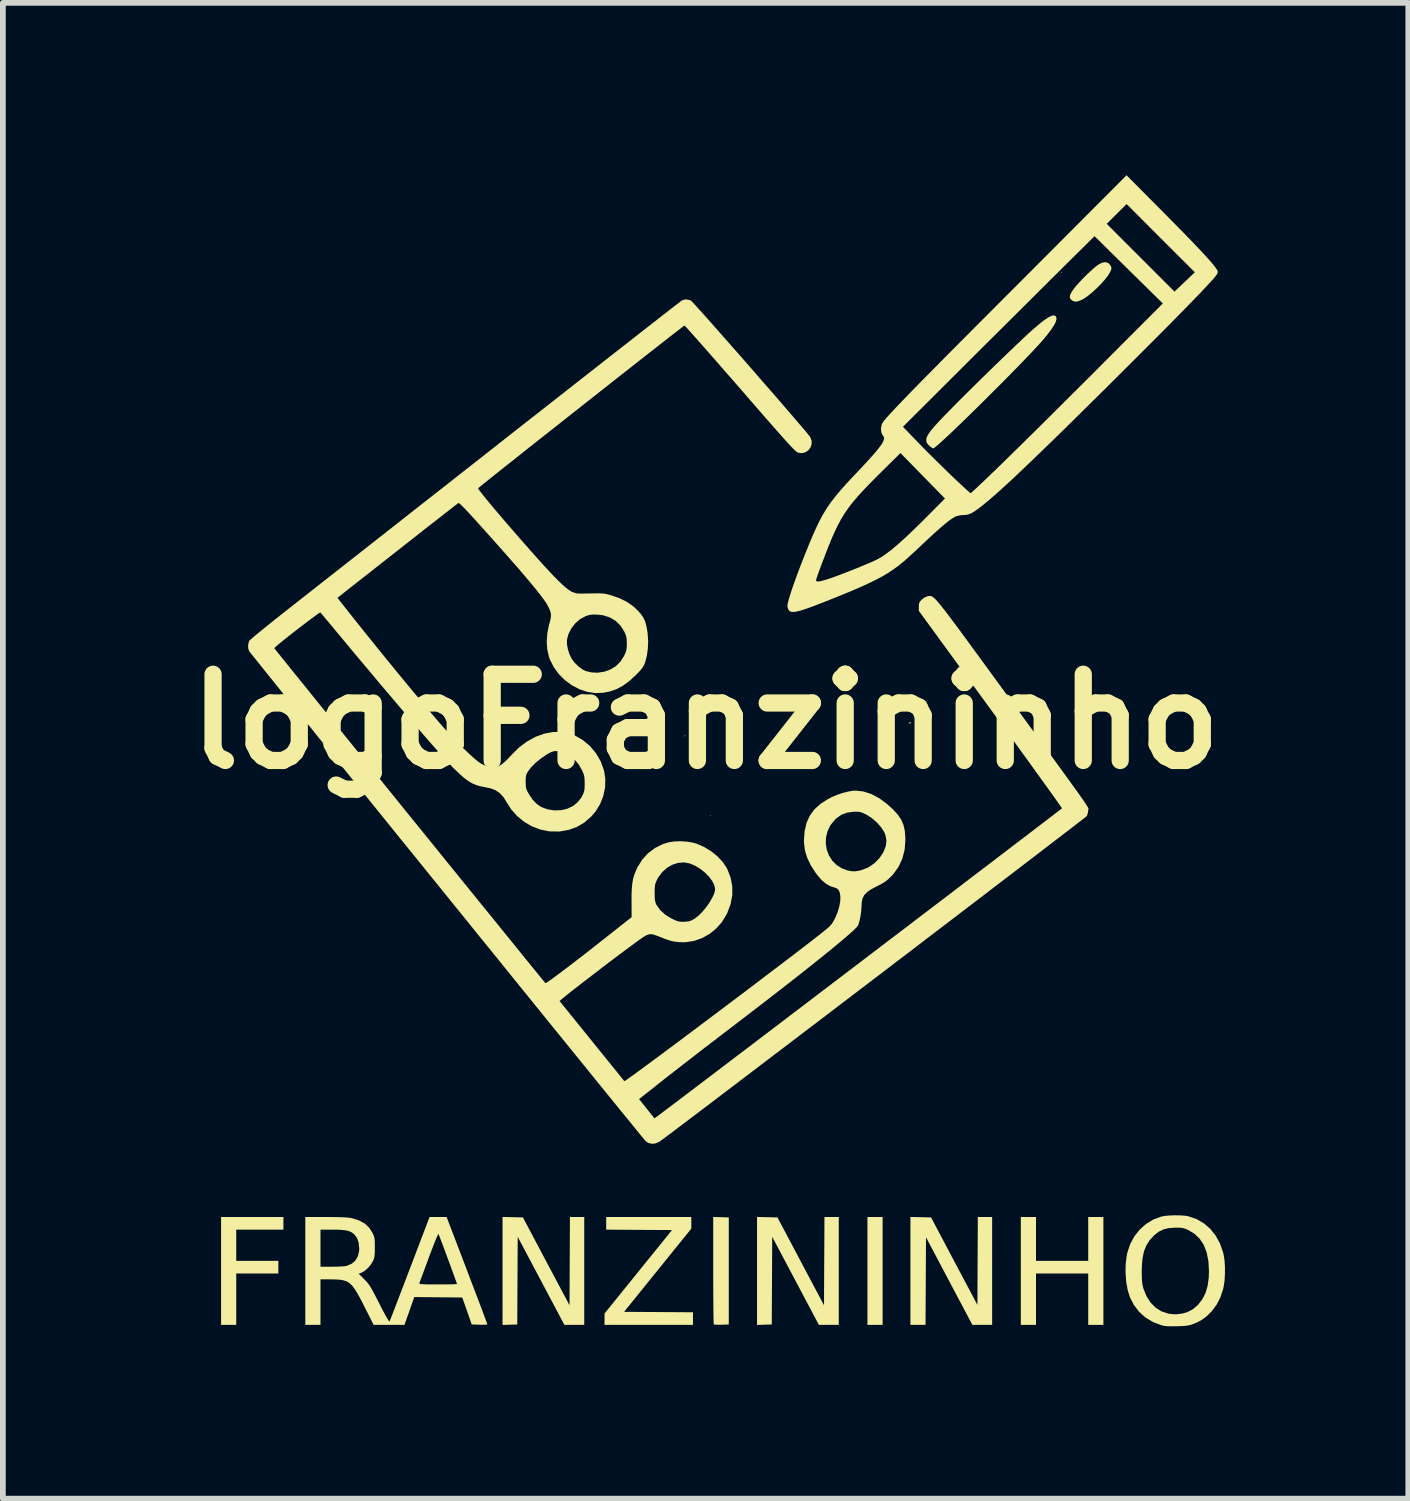
<source format=kicad_pcb>
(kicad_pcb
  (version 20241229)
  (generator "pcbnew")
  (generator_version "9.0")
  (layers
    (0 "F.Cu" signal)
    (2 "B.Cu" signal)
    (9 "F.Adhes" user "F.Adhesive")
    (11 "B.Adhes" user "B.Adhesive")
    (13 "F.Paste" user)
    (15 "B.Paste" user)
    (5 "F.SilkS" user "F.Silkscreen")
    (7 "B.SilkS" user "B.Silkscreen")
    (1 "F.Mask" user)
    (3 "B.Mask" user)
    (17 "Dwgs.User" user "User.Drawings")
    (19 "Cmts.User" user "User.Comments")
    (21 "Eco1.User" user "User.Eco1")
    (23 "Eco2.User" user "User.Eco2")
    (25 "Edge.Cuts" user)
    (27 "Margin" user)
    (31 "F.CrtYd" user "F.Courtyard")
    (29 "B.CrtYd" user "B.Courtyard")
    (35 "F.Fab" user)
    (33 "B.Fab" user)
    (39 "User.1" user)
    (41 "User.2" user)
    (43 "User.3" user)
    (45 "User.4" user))
  (footprint "logoFranzininho"
    (layer "F.Cu")
    (at 9.229 9.505)
    (property "Reference" "logoFranzininho" (at 0 0 0) (layer "F.SilkS") (effects (font (size 1.5 1.5) (thickness 0.3))))
    (attr board_only exclude_from_pos_files exclude_from_bom)
    (fp_poly (pts (xy 0.088 1.635) (xy 0.081 1.642) (xy 0.073 1.635) (xy 0.081 1.628)) (stroke (width 0) (type solid)) (fill yes) (layer "F.SilkS"))
    (fp_poly (pts (xy -0.357 0.24) (xy -0.355 0.257) (xy -0.357 0.259) (xy -0.366 0.257) (xy -0.367 0.249) (xy -0.361 0.237)) (stroke (width 0) (type solid)) (fill yes) (layer "F.SilkS"))
    (fp_poly (pts (xy 6.198 -7.826) (xy 6.2 -7.809) (xy 6.198 -7.807) (xy 6.19 -7.809) (xy 6.189 -7.817) (xy 6.194 -7.829)) (stroke (width 0) (type solid)) (fill yes) (layer "F.SilkS"))
    (fp_poly (pts (xy 3.08 9.562) (xy 3.08 10.5) (xy 2.948 10.5) (xy 2.816 10.5) (xy 2.816 9.562) (xy 2.816 8.623) (xy 2.948 8.623) (xy 3.08 8.623)) (stroke (width 0) (type solid)) (fill yes) (layer "F.SilkS"))
    (fp_poly (pts (xy 3.576 0.018) (xy 3.578 0.02) (xy 3.567 0.03) (xy 3.556 0.035) (xy 3.537 0.035) (xy 3.534 0.029) (xy 3.546 0.016) (xy 3.556 0.015)) (stroke (width 0) (type solid)) (fill yes) (layer "F.SilkS"))
    (fp_poly (pts (xy 3.71 -0.058) (xy 3.698 -0.046) (xy 3.688 -0.044) (xy 3.669 -0.047) (xy 3.666 -0.05) (xy 3.678 -0.059) (xy 3.688 -0.064) (xy 3.707 -0.064)) (stroke (width 0) (type solid)) (fill yes) (layer "F.SilkS"))
    (fp_poly (pts (xy 1.72 -0.3) (xy 1.749 -0.286) (xy 1.782 -0.268) (xy 1.808 -0.251) (xy 1.818 -0.241) (xy 1.808 -0.235) (xy 1.776 -0.249) (xy 1.748 -0.266) (xy 1.719 -0.287) (xy 1.706 -0.301) (xy 1.706 -0.303)) (stroke (width 0) (type solid)) (fill yes) (layer "F.SilkS"))
    (fp_poly (pts (xy -7.347 8.733) (xy -7.347 8.843) (xy -7.758 8.843) (xy -8.168 8.843) (xy -8.168 9.114) (xy -8.168 9.386) (xy -7.802 9.386) (xy -7.435 9.386) (xy -7.435 9.496) (xy -7.435 9.606) (xy -7.802 9.606) (xy -8.168 9.606) (xy -8.168 10.053) (xy -8.168 10.5) (xy -8.3 10.5) (xy -8.432 10.5) (xy -8.432 9.562) (xy -8.432 8.623) (xy -7.89 8.623) (xy -7.347 8.623)) (stroke (width 0) (type solid)) (fill yes) (layer "F.SilkS"))
    (fp_poly (pts (xy -3.357 8.626) (xy -3.179 8.63) (xy -2.774 9.395) (xy -2.368 10.159) (xy -2.365 9.391) (xy -2.361 8.623) (xy -2.236 8.623) (xy -2.112 8.623) (xy -2.112 9.562) (xy -2.112 10.5) (xy -2.285 10.5) (xy -2.458 10.5) (xy -2.864 9.734) (xy -3.27 8.968) (xy -3.274 9.73) (xy -3.278 10.493) (xy -3.406 10.497) (xy -3.534 10.501) (xy -3.534 9.562) (xy -3.534 8.622)) (stroke (width 0) (type solid)) (fill yes) (layer "F.SilkS"))
    (fp_poly (pts (xy -0.249 8.724) (xy -0.249 8.825) (xy -0.834 9.549) (xy -1.419 10.273) (xy -0.82 10.277) (xy -0.22 10.281) (xy -0.22 10.39) (xy -0.22 10.5) (xy -0.99 10.5) (xy -1.76 10.5) (xy -1.759 10.401) (xy -1.759 10.302) (xy -1.172 9.576) (xy -0.585 8.85) (xy -1.158 8.847) (xy -1.73 8.843) (xy -1.73 8.733) (xy -1.73 8.623) (xy -0.99 8.623) (xy -0.249 8.623)) (stroke (width 0) (type solid)) (fill yes) (layer "F.SilkS"))
    (fp_poly (pts (xy 0.268 8.626) (xy 0.403 8.63) (xy 0.403 9.562) (xy 0.403 10.493) (xy 0.278 10.497) (xy 0.22 10.498) (xy 0.173 10.496) (xy 0.146 10.493) (xy 0.142 10.491) (xy 0.14 10.475) (xy 0.139 10.432) (xy 0.137 10.365) (xy 0.136 10.276) (xy 0.135 10.167) (xy 0.134 10.042) (xy 0.133 9.903) (xy 0.132 9.751) (xy 0.132 9.591) (xy 0.132 9.551) (xy 0.132 8.622)) (stroke (width 0) (type solid)) (fill yes) (layer "F.SilkS"))
    (fp_poly (pts (xy 1.072 8.626) (xy 1.25 8.63) (xy 1.655 9.395) (xy 2.06 10.159) (xy 2.064 9.391) (xy 2.068 8.623) (xy 2.193 8.623) (xy 2.317 8.623) (xy 2.317 9.562) (xy 2.317 10.5) (xy 2.144 10.5) (xy 1.971 10.5) (xy 1.565 9.734) (xy 1.159 8.968) (xy 1.155 9.73) (xy 1.151 10.493) (xy 1.023 10.497) (xy 0.895 10.501) (xy 0.895 9.562) (xy 0.895 8.622)) (stroke (width 0) (type solid)) (fill yes) (layer "F.SilkS"))
    (fp_poly (pts (xy 3.743 8.626) (xy 3.923 8.63) (xy 4.326 9.392) (xy 4.73 10.153) (xy 4.733 9.388) (xy 4.737 8.623) (xy 4.862 8.623) (xy 4.986 8.623) (xy 4.986 9.562) (xy 4.986 10.5) (xy 4.814 10.5) (xy 4.642 10.5) (xy 4.238 9.738) (xy 3.835 8.976) (xy 3.831 9.738) (xy 3.827 10.5) (xy 3.695 10.5) (xy 3.564 10.5) (xy 3.564 9.561) (xy 3.564 8.622)) (stroke (width 0) (type solid)) (fill yes) (layer "F.SilkS"))
    (fp_poly (pts (xy 5.749 9.004) (xy 5.749 9.386) (xy 6.203 9.386) (xy 6.658 9.386) (xy 6.658 9.004) (xy 6.658 8.623) (xy 6.79 8.623) (xy 6.922 8.623) (xy 6.922 9.562) (xy 6.922 10.5) (xy 6.79 10.5) (xy 6.658 10.5) (xy 6.658 10.053) (xy 6.658 9.606) (xy 6.203 9.606) (xy 5.749 9.606) (xy 5.749 10.053) (xy 5.749 10.5) (xy 5.617 10.5) (xy 5.485 10.5) (xy 5.485 9.562) (xy 5.485 8.623) (xy 5.617 8.623) (xy 5.749 8.623)) (stroke (width 0) (type solid)) (fill yes) (layer "F.SilkS"))
    (fp_poly (pts (xy 7.009 -7.977) (xy 7.046 -7.935) (xy 7.048 -7.932) (xy 7.06 -7.902) (xy 7.061 -7.877) (xy 7.048 -7.841) (xy 7.042 -7.827) (xy 7.008 -7.768) (xy 6.954 -7.697) (xy 6.887 -7.621) (xy 6.811 -7.544) (xy 6.732 -7.471) (xy 6.654 -7.407) (xy 6.583 -7.358) (xy 6.544 -7.336) (xy 6.483 -7.312) (xy 6.437 -7.305) (xy 6.397 -7.315) (xy 6.387 -7.321) (xy 6.351 -7.349) (xy 6.336 -7.382) (xy 6.344 -7.425) (xy 6.373 -7.48) (xy 6.404 -7.525) (xy 6.447 -7.58) (xy 6.506 -7.645) (xy 6.573 -7.716) (xy 6.645 -7.787) (xy 6.715 -7.852) (xy 6.777 -7.907) (xy 6.827 -7.946) (xy 6.831 -7.948) (xy 6.9 -7.984) (xy 6.96 -7.993)) (stroke (width 0) (type solid)) (fill yes) (layer "F.SilkS"))
    (fp_poly (pts (xy 6.088 -7.056) (xy 6.099 -7.043) (xy 6.106 -7.006) (xy 6.094 -6.956) (xy 6.062 -6.893) (xy 6.009 -6.813) (xy 5.935 -6.717) (xy 5.89 -6.663) (xy 5.839 -6.604) (xy 5.772 -6.53) (xy 5.692 -6.444) (xy 5.6 -6.347) (xy 5.498 -6.241) (xy 5.388 -6.128) (xy 5.271 -6.009) (xy 5.15 -5.886) (xy 5.025 -5.762) (xy 4.9 -5.637) (xy 4.776 -5.513) (xy 4.653 -5.393) (xy 4.536 -5.278) (xy 4.424 -5.17) (xy 4.32 -5.07) (xy 4.226 -4.981) (xy 4.143 -4.904) (xy 4.073 -4.84) (xy 4.018 -4.793) (xy 3.98 -4.762) (xy 3.961 -4.752) (xy 3.961 -4.752) (xy 3.942 -4.76) (xy 3.911 -4.782) (xy 3.901 -4.791) (xy 3.866 -4.825) (xy 3.844 -4.861) (xy 3.838 -4.899) (xy 3.847 -4.944) (xy 3.874 -4.997) (xy 3.919 -5.06) (xy 3.983 -5.137) (xy 4.068 -5.23) (xy 4.11 -5.274) (xy 4.192 -5.359) (xy 4.289 -5.458) (xy 4.399 -5.569) (xy 4.52 -5.69) (xy 4.648 -5.817) (xy 4.781 -5.948) (xy 4.916 -6.08) (xy 5.051 -6.211) (xy 5.181 -6.337) (xy 5.305 -6.456) (xy 5.42 -6.566) (xy 5.523 -6.663) (xy 5.611 -6.746) (xy 5.682 -6.81) (xy 5.69 -6.817) (xy 5.797 -6.909) (xy 5.887 -6.98) (xy 5.96 -7.029) (xy 6.017 -7.058) (xy 6.059 -7.067)) (stroke (width 0) (type solid)) (fill yes) (layer "F.SilkS"))
    (fp_poly (pts (xy 8.268 8.595) (xy 8.35 8.601) (xy 8.397 8.609) (xy 8.54 8.658) (xy 8.669 8.732) (xy 8.781 8.828) (xy 8.875 8.946) (xy 8.95 9.083) (xy 9.005 9.239) (xy 9.012 9.268) (xy 9.029 9.369) (xy 9.037 9.487) (xy 9.037 9.612) (xy 9.03 9.733) (xy 9.014 9.84) (xy 9.006 9.877) (xy 8.956 10.025) (xy 8.891 10.151) (xy 8.808 10.261) (xy 8.803 10.267) (xy 8.72 10.349) (xy 8.639 10.41) (xy 8.549 10.458) (xy 8.495 10.481) (xy 8.447 10.498) (xy 8.402 10.509) (xy 8.35 10.517) (xy 8.285 10.521) (xy 8.205 10.524) (xy 8.107 10.525) (xy 8.031 10.523) (xy 7.972 10.516) (xy 7.934 10.507) (xy 7.786 10.451) (xy 7.654 10.372) (xy 7.542 10.271) (xy 7.45 10.149) (xy 7.383 10.018) (xy 7.345 9.896) (xy 7.32 9.757) (xy 7.308 9.607) (xy 7.308 9.562) (xy 7.589 9.562) (xy 7.59 9.652) (xy 7.593 9.721) (xy 7.598 9.776) (xy 7.607 9.823) (xy 7.619 9.87) (xy 7.622 9.879) (xy 7.675 10.007) (xy 7.746 10.115) (xy 7.832 10.202) (xy 7.933 10.265) (xy 8.045 10.302) (xy 8.077 10.308) (xy 8.121 10.313) (xy 8.157 10.316) (xy 8.195 10.315) (xy 8.243 10.31) (xy 8.3 10.302) (xy 8.385 10.278) (xy 8.473 10.231) (xy 8.554 10.165) (xy 8.571 10.148) (xy 8.644 10.053) (xy 8.699 9.947) (xy 8.735 9.824) (xy 8.755 9.683) (xy 8.759 9.562) (xy 8.749 9.39) (xy 8.719 9.24) (xy 8.669 9.11) (xy 8.598 9.002) (xy 8.507 8.915) (xy 8.403 8.852) (xy 8.353 8.83) (xy 8.31 8.817) (xy 8.265 8.81) (xy 8.205 8.808) (xy 8.176 8.808) (xy 8.061 8.816) (xy 7.966 8.839) (xy 7.883 8.88) (xy 7.805 8.942) (xy 7.796 8.951) (xy 7.723 9.032) (xy 7.669 9.12) (xy 7.629 9.218) (xy 7.604 9.331) (xy 7.592 9.465) (xy 7.589 9.562) (xy 7.308 9.562) (xy 7.309 9.456) (xy 7.325 9.312) (xy 7.34 9.239) (xy 7.389 9.092) (xy 7.462 8.958) (xy 7.555 8.841) (xy 7.665 8.743) (xy 7.79 8.667) (xy 7.928 8.616) (xy 7.928 8.616) (xy 7.995 8.603) (xy 8.081 8.596) (xy 8.175 8.593)) (stroke (width 0) (type solid)) (fill yes) (layer "F.SilkS"))
    (fp_poly (pts (xy -4.152 9.551) (xy -4.093 9.708) (xy -4.036 9.857) (xy -3.983 9.996) (xy -3.935 10.122) (xy -3.893 10.233) (xy -3.858 10.328) (xy -3.83 10.403) (xy -3.81 10.456) (xy -3.8 10.485) (xy -3.798 10.49) (xy -3.812 10.495) (xy -3.848 10.497) (xy -3.901 10.498) (xy -3.934 10.497) (xy -4.07 10.493) (xy -4.152 10.258) (xy -4.235 10.024) (xy -4.653 10.02) (xy -5.07 10.016) (xy -5.155 10.258) (xy -5.241 10.5) (xy -5.509 10.5) (xy -5.777 10.5) (xy -5.94 10.178) (xy -6.003 10.054) (xy -6.058 9.954) (xy -6.107 9.875) (xy -6.153 9.815) (xy -6.199 9.772) (xy -6.25 9.742) (xy -6.308 9.723) (xy -6.377 9.713) (xy -6.46 9.709) (xy -6.541 9.708) (xy -6.702 9.708) (xy -6.702 10.104) (xy -6.702 10.5) (xy -6.834 10.5) (xy -6.966 10.5) (xy -6.966 9.562) (xy -6.966 8.843) (xy -6.702 8.843) (xy -6.702 9.166) (xy -6.702 9.488) (xy -6.5 9.488) (xy -6.421 9.487) (xy -6.348 9.484) (xy -6.289 9.48) (xy -6.25 9.474) (xy -6.246 9.473) (xy -6.159 9.436) (xy -6.093 9.379) (xy -6.05 9.303) (xy -6.029 9.209) (xy -6.028 9.166) (xy -6.039 9.065) (xy -6.07 8.981) (xy -6.118 8.921) (xy -6.156 8.892) (xy -6.202 8.87) (xy -6.261 8.856) (xy -6.336 8.847) (xy -6.434 8.843) (xy -6.491 8.843) (xy -6.702 8.843) (xy -6.966 8.843) (xy -6.966 8.623) (xy -6.603 8.623) (xy -6.472 8.624) (xy -6.366 8.626) (xy -6.283 8.629) (xy -6.219 8.634) (xy -6.17 8.641) (xy -6.148 8.645) (xy -6.027 8.684) (xy -5.93 8.738) (xy -5.854 8.81) (xy -5.797 8.899) (xy -5.779 8.938) (xy -5.767 8.973) (xy -5.76 9.011) (xy -5.757 9.061) (xy -5.756 9.13) (xy -5.756 9.151) (xy -5.757 9.23) (xy -5.76 9.287) (xy -5.767 9.33) (xy -5.778 9.366) (xy -5.788 9.388) (xy -5.825 9.449) (xy -5.875 9.509) (xy -5.931 9.559) (xy -5.985 9.591) (xy -5.989 9.593) (xy -6.037 9.61) (xy -5.94 9.707) (xy -5.908 9.739) (xy -5.881 9.771) (xy -5.854 9.806) (xy -5.827 9.849) (xy -5.796 9.903) (xy -5.759 9.972) (xy -5.713 10.061) (xy -5.677 10.132) (xy -5.619 10.245) (xy -5.572 10.333) (xy -5.537 10.395) (xy -5.513 10.431) (xy -5.501 10.441) (xy -5.5 10.44) (xy -5.493 10.423) (xy -5.476 10.381) (xy -5.451 10.316) (xy -5.418 10.231) (xy -5.378 10.128) (xy -5.333 10.009) (xy -5.282 9.877) (xy -5.244 9.778) (xy -4.982 9.778) (xy -4.979 9.784) (xy -4.96 9.789) (xy -4.924 9.792) (xy -4.868 9.795) (xy -4.788 9.796) (xy -4.683 9.796) (xy -4.658 9.796) (xy -4.563 9.796) (xy -4.478 9.795) (xy -4.409 9.794) (xy -4.358 9.792) (xy -4.33 9.79) (xy -4.326 9.789) (xy -4.331 9.774) (xy -4.345 9.735) (xy -4.366 9.677) (xy -4.392 9.604) (xy -4.423 9.519) (xy -4.457 9.427) (xy -4.492 9.332) (xy -4.527 9.238) (xy -4.56 9.149) (xy -4.59 9.069) (xy -4.616 9.002) (xy -4.635 8.953) (xy -4.646 8.924) (xy -4.648 8.919) (xy -4.656 8.927) (xy -4.672 8.96) (xy -4.696 9.016) (xy -4.726 9.091) (xy -4.762 9.184) (xy -4.803 9.291) (xy -4.817 9.33) (xy -4.856 9.436) (xy -4.893 9.535) (xy -4.924 9.621) (xy -4.951 9.692) (xy -4.97 9.743) (xy -4.981 9.773) (xy -4.982 9.778) (xy -5.244 9.778) (xy -5.227 9.733) (xy -5.169 9.581) (xy -5.146 9.521) (xy -4.804 8.623) (xy -4.655 8.623) (xy -4.507 8.623)) (stroke (width 0) (type solid)) (fill yes) (layer "F.SilkS"))
    (fp_poly (pts (xy 7.971 -8.855) (xy 8.153 -8.671) (xy 8.314 -8.507) (xy 8.455 -8.362) (xy 8.576 -8.235) (xy 8.677 -8.127) (xy 8.76 -8.036) (xy 8.824 -7.961) (xy 8.87 -7.903) (xy 8.899 -7.861) (xy 8.911 -7.836) (xy 8.911 -7.812) (xy 8.898 -7.782) (xy 8.867 -7.74) (xy 8.849 -7.718) (xy 8.794 -7.657) (xy 8.719 -7.575) (xy 8.624 -7.474) (xy 8.508 -7.354) (xy 8.373 -7.215) (xy 8.219 -7.058) (xy 8.046 -6.882) (xy 7.854 -6.689) (xy 7.644 -6.479) (xy 7.417 -6.252) (xy 7.177 -6.013) (xy 6.903 -5.74) (xy 6.648 -5.489) (xy 6.413 -5.256) (xy 6.196 -5.043) (xy 5.996 -4.848) (xy 5.813 -4.671) (xy 5.646 -4.51) (xy 5.494 -4.365) (xy 5.358 -4.236) (xy 5.234 -4.122) (xy 5.125 -4.022) (xy 5.027 -3.935) (xy 4.941 -3.861) (xy 4.866 -3.799) (xy 4.85 -3.785) (xy 4.765 -3.718) (xy 4.696 -3.668) (xy 4.641 -3.633) (xy 4.594 -3.611) (xy 4.55 -3.598) (xy 4.506 -3.593) (xy 4.488 -3.593) (xy 4.423 -3.587) (xy 4.363 -3.572) (xy 4.348 -3.566) (xy 4.3 -3.539) (xy 4.238 -3.496) (xy 4.162 -3.436) (xy 4.071 -3.357) (xy 3.962 -3.26) (xy 3.835 -3.142) (xy 3.813 -3.121) (xy 3.708 -3.022) (xy 3.621 -2.941) (xy 3.549 -2.875) (xy 3.488 -2.82) (xy 3.434 -2.774) (xy 3.385 -2.734) (xy 3.338 -2.697) (xy 3.288 -2.661) (xy 3.263 -2.643) (xy 3.184 -2.59) (xy 3.096 -2.537) (xy 2.994 -2.482) (xy 2.878 -2.424) (xy 2.744 -2.361) (xy 2.591 -2.294) (xy 2.416 -2.221) (xy 2.216 -2.14) (xy 2.09 -2.09) (xy 1.944 -2.033) (xy 1.822 -1.987) (xy 1.722 -1.952) (xy 1.642 -1.927) (xy 1.579 -1.912) (xy 1.531 -1.906) (xy 1.495 -1.908) (xy 1.468 -1.917) (xy 1.449 -1.934) (xy 1.445 -1.939) (xy 1.428 -1.979) (xy 1.423 -2.01) (xy 1.428 -2.051) (xy 1.445 -2.117) (xy 1.471 -2.205) (xy 1.506 -2.312) (xy 1.549 -2.436) (xy 1.557 -2.457) (xy 1.921 -2.457) (xy 1.928 -2.441) (xy 1.951 -2.436) (xy 1.991 -2.44) (xy 2.053 -2.455) (xy 2.137 -2.481) (xy 2.192 -2.499) (xy 2.269 -2.527) (xy 2.362 -2.562) (xy 2.466 -2.602) (xy 2.575 -2.645) (xy 2.683 -2.688) (xy 2.784 -2.731) (xy 2.874 -2.769) (xy 2.946 -2.801) (xy 2.989 -2.822) (xy 3.063 -2.864) (xy 3.147 -2.922) (xy 3.242 -2.995) (xy 3.35 -3.086) (xy 3.471 -3.195) (xy 3.607 -3.324) (xy 3.76 -3.473) (xy 3.868 -3.581) (xy 4.165 -3.88) (xy 3.778 -4.275) (xy 3.391 -4.671) (xy 3.145 -4.429) (xy 2.995 -4.28) (xy 2.864 -4.148) (xy 2.75 -4.029) (xy 2.651 -3.921) (xy 2.564 -3.819) (xy 2.488 -3.721) (xy 2.421 -3.624) (xy 2.359 -3.523) (xy 2.302 -3.417) (xy 2.246 -3.301) (xy 2.189 -3.172) (xy 2.13 -3.027) (xy 2.067 -2.863) (xy 2.022 -2.746) (xy 1.991 -2.662) (xy 1.963 -2.587) (xy 1.942 -2.524) (xy 1.927 -2.48) (xy 1.921 -2.457) (xy 1.921 -2.457) (xy 1.557 -2.457) (xy 1.6 -2.575) (xy 1.657 -2.725) (xy 1.719 -2.884) (xy 1.727 -2.904) (xy 1.8 -3.084) (xy 1.866 -3.241) (xy 1.928 -3.379) (xy 1.987 -3.501) (xy 2.047 -3.611) (xy 2.11 -3.714) (xy 2.179 -3.813) (xy 2.256 -3.913) (xy 2.343 -4.018) (xy 2.444 -4.132) (xy 2.561 -4.258) (xy 2.63 -4.33) (xy 2.741 -4.448) (xy 2.833 -4.548) (xy 2.908 -4.631) (xy 2.968 -4.701) (xy 3.014 -4.758) (xy 3.05 -4.806) (xy 3.076 -4.847) (xy 3.085 -4.864) (xy 3.104 -4.907) (xy 3.106 -4.937) (xy 3.091 -4.967) (xy 3.08 -4.982) (xy 3.057 -5.033) (xy 3.051 -5.097) (xy 3.057 -5.128) (xy 3.434 -5.128) (xy 3.69 -4.863) (xy 3.767 -4.784) (xy 3.851 -4.698) (xy 3.942 -4.608) (xy 4.035 -4.516) (xy 4.129 -4.424) (xy 4.221 -4.334) (xy 4.309 -4.25) (xy 4.39 -4.172) (xy 4.463 -4.104) (xy 4.524 -4.048) (xy 4.571 -4.006) (xy 4.601 -3.981) (xy 4.613 -3.974) (xy 4.626 -3.984) (xy 4.658 -4.013) (xy 4.708 -4.058) (xy 4.772 -4.119) (xy 4.85 -4.192) (xy 4.938 -4.277) (xy 5.036 -4.371) (xy 5.14 -4.472) (xy 5.2 -4.53) (xy 5.294 -4.622) (xy 5.406 -4.732) (xy 5.534 -4.858) (xy 5.675 -4.997) (xy 5.827 -5.147) (xy 5.987 -5.306) (xy 6.153 -5.471) (xy 6.322 -5.64) (xy 6.493 -5.81) (xy 6.662 -5.978) (xy 6.827 -6.143) (xy 6.863 -6.18) (xy 7.956 -7.274) (xy 7.362 -7.859) (xy 6.768 -8.445) (xy 6.357 -8.039) (xy 6.292 -7.975) (xy 6.208 -7.891) (xy 6.107 -7.791) (xy 5.991 -7.676) (xy 5.862 -7.547) (xy 5.721 -7.407) (xy 5.571 -7.257) (xy 5.413 -7.1) (xy 5.249 -6.937) (xy 5.082 -6.771) (xy 4.912 -6.602) (xy 4.742 -6.433) (xy 4.69 -6.381) (xy 3.434 -5.128) (xy 3.057 -5.128) (xy 3.064 -5.165) (xy 3.07 -5.181) (xy 3.078 -5.196) (xy 3.092 -5.216) (xy 3.112 -5.242) (xy 3.14 -5.276) (xy 3.176 -5.316) (xy 3.221 -5.366) (xy 3.275 -5.424) (xy 3.34 -5.493) (xy 3.416 -5.572) (xy 3.504 -5.663) (xy 3.604 -5.766) (xy 3.718 -5.883) (xy 3.846 -6.013) (xy 3.989 -6.157) (xy 4.147 -6.318) (xy 4.322 -6.494) (xy 4.514 -6.687) (xy 4.724 -6.898) (xy 4.953 -7.127) (xy 5.201 -7.376) (xy 5.433 -7.608) (xy 6.482 -8.66) (xy 6.98 -8.66) (xy 7.57 -8.07) (xy 8.16 -7.48) (xy 8.285 -7.6) (xy 8.341 -7.653) (xy 8.394 -7.703) (xy 8.437 -7.745) (xy 8.462 -7.768) (xy 8.513 -7.817) (xy 7.919 -8.41) (xy 7.326 -9.004) (xy 7.153 -8.832) (xy 6.98 -8.66) (xy 6.482 -8.66) (xy 7.325 -9.505)) (stroke (width 0) (type solid)) (fill yes) (layer "F.SilkS"))
    (fp_poly (pts (xy -0.283 -7.335) (xy -0.253 -7.322) (xy -0.239 -7.308) (xy -0.206 -7.274) (xy -0.158 -7.221) (xy -0.095 -7.151) (xy -0.019 -7.066) (xy 0.069 -6.968) (xy 0.166 -6.858) (xy 0.271 -6.739) (xy 0.383 -6.612) (xy 0.501 -6.478) (xy 0.622 -6.341) (xy 0.745 -6.2) (xy 0.868 -6.059) (xy 0.99 -5.918) (xy 1.11 -5.781) (xy 1.226 -5.648) (xy 1.336 -5.521) (xy 1.438 -5.402) (xy 1.532 -5.293) (xy 1.615 -5.196) (xy 1.687 -5.112) (xy 1.745 -5.044) (xy 1.787 -4.992) (xy 1.814 -4.959) (xy 1.82 -4.949) (xy 1.845 -4.886) (xy 1.844 -4.823) (xy 1.823 -4.764) (xy 1.784 -4.716) (xy 1.731 -4.682) (xy 1.669 -4.669) (xy 1.613 -4.677) (xy 1.602 -4.681) (xy 1.588 -4.69) (xy 1.57 -4.704) (xy 1.548 -4.724) (xy 1.519 -4.753) (xy 1.483 -4.79) (xy 1.438 -4.838) (xy 1.384 -4.898) (xy 1.319 -4.97) (xy 1.243 -5.057) (xy 1.153 -5.159) (xy 1.048 -5.278) (xy 0.929 -5.415) (xy 0.792 -5.572) (xy 0.639 -5.749) (xy 0.6 -5.794) (xy 0.466 -5.948) (xy 0.337 -6.095) (xy 0.215 -6.235) (xy 0.101 -6.365) (xy -0.003 -6.484) (xy -0.098 -6.591) (xy -0.18 -6.684) (xy -0.249 -6.761) (xy -0.303 -6.822) (xy -0.342 -6.864) (xy -0.364 -6.886) (xy -0.368 -6.89) (xy -0.382 -6.88) (xy -0.418 -6.853) (xy -0.474 -6.81) (xy -0.548 -6.753) (xy -0.639 -6.682) (xy -0.745 -6.599) (xy -0.865 -6.505) (xy -0.997 -6.402) (xy -1.14 -6.29) (xy -1.292 -6.17) (xy -1.452 -6.045) (xy -1.618 -5.914) (xy -1.789 -5.779) (xy -1.963 -5.642) (xy -2.139 -5.503) (xy -2.315 -5.364) (xy -2.49 -5.226) (xy -2.662 -5.09) (xy -2.83 -4.958) (xy -2.992 -4.83) (xy -3.146 -4.708) (xy -3.292 -4.592) (xy -3.427 -4.485) (xy -3.551 -4.387) (xy -3.661 -4.299) (xy -3.756 -4.223) (xy -3.835 -4.16) (xy -3.896 -4.111) (xy -3.937 -4.077) (xy -3.957 -4.059) (xy -3.959 -4.057) (xy -3.95 -4.039) (xy -3.922 -4.002) (xy -3.879 -3.946) (xy -3.82 -3.873) (xy -3.748 -3.786) (xy -3.664 -3.686) (xy -3.57 -3.575) (xy -3.467 -3.455) (xy -3.357 -3.328) (xy -3.242 -3.195) (xy -3.211 -3.16) (xy -3.064 -2.993) (xy -2.935 -2.847) (xy -2.821 -2.721) (xy -2.721 -2.613) (xy -2.635 -2.522) (xy -2.56 -2.446) (xy -2.496 -2.385) (xy -2.44 -2.335) (xy -2.392 -2.297) (xy -2.349 -2.268) (xy -2.324 -2.254) (xy -2.248 -2.229) (xy -2.185 -2.225) (xy -2.136 -2.226) (xy -2.069 -2.227) (xy -1.992 -2.228) (xy -1.936 -2.229) (xy -1.855 -2.23) (xy -1.792 -2.227) (xy -1.738 -2.22) (xy -1.681 -2.206) (xy -1.636 -2.193) (xy -1.493 -2.143) (xy -1.373 -2.083) (xy -1.267 -2.01) (xy -1.194 -1.944) (xy -1.132 -1.877) (xy -1.086 -1.812) (xy -1.053 -1.742) (xy -1.03 -1.659) (xy -1.012 -1.556) (xy -1.009 -1.532) (xy -1 -1.405) (xy -1.005 -1.273) (xy -1.022 -1.147) (xy -1.051 -1.036) (xy -1.056 -1.019) (xy -1.075 -0.977) (xy -1.098 -0.937) (xy -1.131 -0.895) (xy -1.178 -0.844) (xy -1.223 -0.799) (xy -1.337 -0.696) (xy -1.446 -0.618) (xy -1.556 -0.56) (xy -1.672 -0.521) (xy -1.781 -0.5) (xy -1.92 -0.494) (xy -2.06 -0.516) (xy -2.196 -0.561) (xy -2.326 -0.629) (xy -2.446 -0.717) (xy -2.552 -0.822) (xy -2.64 -0.942) (xy -2.708 -1.074) (xy -2.728 -1.13) (xy -2.756 -1.254) (xy -2.762 -1.343) (xy -2.413 -1.343) (xy -2.396 -1.253) (xy -2.365 -1.161) (xy -2.328 -1.087) (xy -2.279 -1.022) (xy -2.215 -0.96) (xy -2.145 -0.908) (xy -2.09 -0.879) (xy -1.988 -0.854) (xy -1.877 -0.849) (xy -1.764 -0.866) (xy -1.669 -0.899) (xy -1.564 -0.961) (xy -1.482 -1.042) (xy -1.419 -1.141) (xy -1.394 -1.196) (xy -1.379 -1.242) (xy -1.373 -1.292) (xy -1.371 -1.356) (xy -1.373 -1.423) (xy -1.38 -1.473) (xy -1.395 -1.52) (xy -1.414 -1.561) (xy -1.481 -1.668) (xy -1.567 -1.752) (xy -1.67 -1.812) (xy -1.788 -1.849) (xy -1.877 -1.859) (xy -1.949 -1.861) (xy -2.003 -1.857) (xy -2.051 -1.846) (xy -2.085 -1.834) (xy -2.182 -1.783) (xy -2.267 -1.709) (xy -2.338 -1.618) (xy -2.389 -1.517) (xy -2.413 -1.421) (xy -2.413 -1.343) (xy -2.762 -1.343) (xy -2.765 -1.391) (xy -2.755 -1.534) (xy -2.727 -1.674) (xy -2.721 -1.694) (xy -2.7 -1.773) (xy -2.691 -1.836) (xy -2.695 -1.89) (xy -2.713 -1.946) (xy -2.746 -2.013) (xy -2.746 -2.013) (xy -2.775 -2.063) (xy -2.818 -2.125) (xy -2.876 -2.202) (xy -2.948 -2.294) (xy -3.037 -2.402) (xy -3.141 -2.525) (xy -3.262 -2.667) (xy -3.401 -2.825) (xy -3.558 -3.003) (xy -3.733 -3.2) (xy -3.928 -3.417) (xy -4.037 -3.538) (xy -4.124 -3.633) (xy -4.194 -3.707) (xy -4.248 -3.761) (xy -4.284 -3.793) (xy -4.302 -3.802) (xy -4.303 -3.802) (xy -4.317 -3.791) (xy -4.352 -3.764) (xy -4.407 -3.721) (xy -4.481 -3.664) (xy -4.57 -3.594) (xy -4.674 -3.512) (xy -4.792 -3.421) (xy -4.921 -3.32) (xy -5.059 -3.211) (xy -5.206 -3.096) (xy -5.359 -2.975) (xy -5.364 -2.972) (xy -6.407 -2.152) (xy -6.244 -1.945) (xy -6.107 -1.772) (xy -5.961 -1.589) (xy -5.808 -1.399) (xy -5.652 -1.206) (xy -5.494 -1.012) (xy -5.337 -0.82) (xy -5.183 -0.633) (xy -5.036 -0.456) (xy -4.896 -0.289) (xy -4.768 -0.137) (xy -4.654 -0.003) (xy -4.575 0.088) (xy -4.487 0.186) (xy -4.395 0.285) (xy -4.301 0.382) (xy -4.209 0.473) (xy -4.122 0.556) (xy -4.043 0.628) (xy -3.977 0.684) (xy -3.925 0.722) (xy -3.914 0.729) (xy -3.829 0.773) (xy -3.754 0.798) (xy -3.684 0.803) (xy -3.617 0.786) (xy -3.547 0.746) (xy -3.472 0.682) (xy -3.388 0.594) (xy -3.375 0.579) (xy -3.248 0.453) (xy -3.109 0.349) (xy -2.962 0.268) (xy -2.809 0.212) (xy -2.654 0.183) (xy -2.52 0.18) (xy -2.447 0.186) (xy -2.389 0.197) (xy -2.333 0.216) (xy -2.28 0.24) (xy -2.136 0.324) (xy -2.012 0.428) (xy -1.908 0.552) (xy -1.827 0.691) (xy -1.771 0.844) (xy -1.767 0.857) (xy -1.745 1.003) (xy -1.75 1.151) (xy -1.781 1.298) (xy -1.836 1.437) (xy -1.915 1.566) (xy -1.992 1.656) (xy -2.112 1.76) (xy -2.242 1.836) (xy -2.384 1.887) (xy -2.54 1.914) (xy -2.563 1.915) (xy -2.72 1.912) (xy -2.875 1.881) (xy -3.022 1.825) (xy -3.159 1.745) (xy -3.281 1.645) (xy -3.386 1.526) (xy -3.455 1.417) (xy -3.515 1.32) (xy -3.581 1.247) (xy -3.657 1.196) (xy -3.75 1.161) (xy -3.835 1.144) (xy -3.918 1.128) (xy -3.992 1.107) (xy -4.061 1.077) (xy -4.113 1.047) (xy -3.131 1.047) (xy -3.13 1.109) (xy -3.125 1.155) (xy -3.112 1.194) (xy -3.089 1.24) (xy -3.076 1.263) (xy -3.014 1.356) (xy -2.94 1.433) (xy -2.863 1.487) (xy -2.861 1.488) (xy -2.753 1.528) (xy -2.635 1.547) (xy -2.514 1.544) (xy -2.405 1.518) (xy -2.308 1.471) (xy -2.224 1.402) (xy -2.159 1.318) (xy -2.149 1.298) (xy -2.127 1.253) (xy -2.114 1.213) (xy -2.107 1.17) (xy -2.105 1.112) (xy -2.105 1.079) (xy -2.106 1.01) (xy -2.111 0.96) (xy -2.122 0.917) (xy -2.141 0.87) (xy -2.151 0.849) (xy -2.205 0.753) (xy -2.268 0.677) (xy -2.349 0.613) (xy -2.419 0.573) (xy -2.501 0.535) (xy -2.568 0.516) (xy -2.629 0.515) (xy -2.689 0.533) (xy -2.748 0.564) (xy -2.855 0.635) (xy -2.951 0.712) (xy -3.029 0.789) (xy -3.074 0.845) (xy -3.102 0.888) (xy -3.119 0.922) (xy -3.128 0.957) (xy -3.131 1.004) (xy -3.131 1.047) (xy -4.113 1.047) (xy -4.13 1.037) (xy -4.201 0.984) (xy -4.28 0.914) (xy -4.371 0.827) (xy -4.436 0.76) (xy -4.501 0.692) (xy -4.583 0.602) (xy -4.682 0.491) (xy -4.797 0.361) (xy -4.926 0.212) (xy -5.07 0.045) (xy -5.226 -0.137) (xy -5.394 -0.335) (xy -5.574 -0.547) (xy -5.764 -0.773) (xy -5.963 -1.01) (xy -6.171 -1.258) (xy -6.386 -1.517) (xy -6.43 -1.569) (xy -6.498 -1.652) (xy -6.561 -1.727) (xy -6.615 -1.792) (xy -6.659 -1.844) (xy -6.689 -1.88) (xy -6.703 -1.897) (xy -6.703 -1.897) (xy -6.717 -1.891) (xy -6.75 -1.87) (xy -6.799 -1.834) (xy -6.862 -1.788) (xy -6.934 -1.734) (xy -7.014 -1.673) (xy -7.096 -1.61) (xy -7.18 -1.545) (xy -7.26 -1.482) (xy -7.334 -1.423) (xy -7.399 -1.37) (xy -7.451 -1.327) (xy -7.487 -1.295) (xy -7.504 -1.277) (xy -7.505 -1.275) (xy -7.496 -1.262) (xy -7.469 -1.228) (xy -7.425 -1.174) (xy -7.366 -1.1) (xy -7.292 -1.008) (xy -7.204 -0.899) (xy -7.104 -0.775) (xy -6.991 -0.636) (xy -6.868 -0.483) (xy -6.735 -0.318) (xy -6.593 -0.142) (xy -6.442 0.044) (xy -6.285 0.239) (xy -6.121 0.441) (xy -5.952 0.65) (xy -5.779 0.864) (xy -5.603 1.082) (xy -5.424 1.303) (xy -5.244 1.526) (xy -5.063 1.749) (xy -4.882 1.972) (xy -4.703 2.193) (xy -4.527 2.411) (xy -4.353 2.625) (xy -4.184 2.834) (xy -4.02 3.036) (xy -3.862 3.231) (xy -3.711 3.417) (xy -3.568 3.593) (xy -3.434 3.758) (xy -3.31 3.911) (xy -3.197 4.051) (xy -3.096 4.176) (xy -3.007 4.285) (xy -2.932 4.377) (xy -2.872 4.451) (xy -2.827 4.506) (xy -2.798 4.54) (xy -2.787 4.553) (xy -2.787 4.553) (xy -2.772 4.547) (xy -2.735 4.523) (xy -2.678 4.483) (xy -2.602 4.427) (xy -2.508 4.357) (xy -2.398 4.274) (xy -2.274 4.179) (xy -2.135 4.072) (xy -1.985 3.955) (xy -1.824 3.828) (xy -1.755 3.774) (xy -1.288 3.405) (xy -1.289 3.136) (xy -1.289 3.006) (xy -1.288 2.984) (xy -0.887 2.984) (xy -0.886 3.057) (xy -0.882 3.108) (xy -0.874 3.146) (xy -0.861 3.181) (xy -0.854 3.194) (xy -0.792 3.281) (xy -0.705 3.36) (xy -0.615 3.416) (xy -0.548 3.451) (xy -0.496 3.472) (xy -0.45 3.483) (xy -0.401 3.486) (xy -0.355 3.484) (xy -0.294 3.478) (xy -0.246 3.462) (xy -0.194 3.433) (xy -0.183 3.426) (xy -0.119 3.375) (xy -0.054 3.309) (xy 0.009 3.233) (xy 0.067 3.151) (xy 0.114 3.071) (xy 0.148 2.997) (xy 0.164 2.935) (xy 0.165 2.919) (xy 0.152 2.85) (xy 0.115 2.776) (xy 0.059 2.701) (xy -0.013 2.628) (xy -0.097 2.562) (xy -0.187 2.508) (xy -0.277 2.47) (xy -0.377 2.452) (xy -0.48 2.461) (xy -0.58 2.493) (xy -0.674 2.548) (xy -0.757 2.623) (xy -0.826 2.716) (xy -0.846 2.754) (xy -0.865 2.796) (xy -0.878 2.835) (xy -0.884 2.877) (xy -0.887 2.934) (xy -0.887 2.984) (xy -1.288 2.984) (xy -1.284 2.9) (xy -1.275 2.811) (xy -1.261 2.734) (xy -1.24 2.663) (xy -1.211 2.592) (xy -1.187 2.54) (xy -1.106 2.408) (xy -1.004 2.295) (xy -0.883 2.203) (xy -0.746 2.135) (xy -0.646 2.103) (xy -0.55 2.088) (xy -0.439 2.084) (xy -0.325 2.091) (xy -0.218 2.109) (xy -0.161 2.125) (xy -0.031 2.181) (xy 0.093 2.256) (xy 0.204 2.345) (xy 0.297 2.444) (xy 0.367 2.548) (xy 0.377 2.567) (xy 0.435 2.717) (xy 0.464 2.869) (xy 0.464 3.022) (xy 0.435 3.178) (xy 0.376 3.334) (xy 0.365 3.357) (xy 0.286 3.487) (xy 0.187 3.6) (xy 0.071 3.695) (xy -0.058 3.768) (xy -0.195 3.817) (xy -0.338 3.84) (xy -0.388 3.842) (xy -0.47 3.839) (xy -0.542 3.831) (xy -0.612 3.815) (xy -0.692 3.789) (xy -0.769 3.759) (xy -0.843 3.73) (xy -0.899 3.71) (xy -0.945 3.701) (xy -0.987 3.704) (xy -1.03 3.72) (xy -1.08 3.749) (xy -1.144 3.793) (xy -1.201 3.834) (xy -1.28 3.892) (xy -1.375 3.962) (xy -1.482 4.042) (xy -1.598 4.129) (xy -1.72 4.221) (xy -1.844 4.316) (xy -1.967 4.411) (xy -2.086 4.502) (xy -2.198 4.589) (xy -2.299 4.667) (xy -2.385 4.735) (xy -2.453 4.79) (xy -2.492 4.822) (xy -2.542 4.864) (xy -1.98 5.559) (xy -1.88 5.683) (xy -1.785 5.8) (xy -1.698 5.908) (xy -1.619 6.005) (xy -1.551 6.089) (xy -1.495 6.159) (xy -1.452 6.212) (xy -1.425 6.246) (xy -1.414 6.259) (xy -1.414 6.259) (xy -1.401 6.253) (xy -1.367 6.229) (xy -1.312 6.19) (xy -1.238 6.137) (xy -1.148 6.071) (xy -1.042 5.993) (xy -0.921 5.904) (xy -0.789 5.806) (xy -0.645 5.699) (xy -0.492 5.585) (xy -0.332 5.465) (xy -0.165 5.34) (xy 0.007 5.211) (xy 0.181 5.08) (xy 0.358 4.947) (xy 0.534 4.815) (xy 0.709 4.683) (xy 0.88 4.553) (xy 1.047 4.426) (xy 1.208 4.304) (xy 1.361 4.188) (xy 1.505 4.078) (xy 1.638 3.976) (xy 1.758 3.884) (xy 1.865 3.802) (xy 1.955 3.731) (xy 2.029 3.673) (xy 2.084 3.629) (xy 2.09 3.624) (xy 2.146 3.576) (xy 2.186 3.534) (xy 2.217 3.49) (xy 2.248 3.431) (xy 2.257 3.414) (xy 2.299 3.313) (xy 2.327 3.215) (xy 2.343 3.124) (xy 2.345 3.043) (xy 2.334 2.976) (xy 2.31 2.926) (xy 2.273 2.898) (xy 2.263 2.896) (xy 2.171 2.867) (xy 2.09 2.821) (xy 2.014 2.755) (xy 1.938 2.666) (xy 1.915 2.634) (xy 1.828 2.499) (xy 1.767 2.371) (xy 1.729 2.246) (xy 1.713 2.124) (xy 2.091 2.124) (xy 2.108 2.23) (xy 2.146 2.331) (xy 2.204 2.422) (xy 2.281 2.499) (xy 2.376 2.558) (xy 2.463 2.59) (xy 2.533 2.605) (xy 2.597 2.608) (xy 2.667 2.597) (xy 2.706 2.588) (xy 2.828 2.541) (xy 2.935 2.469) (xy 3.028 2.374) (xy 3.096 2.269) (xy 3.136 2.168) (xy 3.147 2.069) (xy 3.128 1.973) (xy 3.111 1.93) (xy 3.056 1.843) (xy 2.98 1.758) (xy 2.893 1.681) (xy 2.801 1.623) (xy 2.793 1.619) (xy 2.737 1.592) (xy 2.695 1.577) (xy 2.654 1.57) (xy 2.603 1.57) (xy 2.571 1.571) (xy 2.46 1.587) (xy 2.365 1.622) (xy 2.28 1.681) (xy 2.249 1.71) (xy 2.173 1.804) (xy 2.123 1.906) (xy 2.095 2.014) (xy 2.091 2.124) (xy 1.713 2.124) (xy 1.712 2.119) (xy 1.711 2.067) (xy 1.723 1.907) (xy 1.756 1.765) (xy 1.812 1.641) (xy 1.891 1.532) (xy 1.995 1.436) (xy 2.126 1.352) (xy 2.204 1.312) (xy 2.292 1.275) (xy 2.388 1.243) (xy 2.483 1.219) (xy 2.567 1.205) (xy 2.609 1.203) (xy 2.745 1.218) (xy 2.882 1.262) (xy 3.021 1.335) (xy 3.159 1.437) (xy 3.262 1.531) (xy 3.343 1.62) (xy 3.402 1.706) (xy 3.442 1.797) (xy 3.466 1.9) (xy 3.475 2.021) (xy 3.476 2.066) (xy 3.463 2.233) (xy 3.423 2.387) (xy 3.358 2.528) (xy 3.268 2.654) (xy 3.226 2.699) (xy 3.172 2.75) (xy 3.118 2.792) (xy 3.055 2.83) (xy 2.974 2.871) (xy 2.88 2.921) (xy 2.81 2.969) (xy 2.762 3.019) (xy 2.732 3.076) (xy 2.717 3.144) (xy 2.713 3.219) (xy 2.709 3.283) (xy 2.7 3.355) (xy 2.687 3.428) (xy 2.672 3.492) (xy 2.656 3.541) (xy 2.648 3.557) (xy 2.621 3.588) (xy 2.572 3.636) (xy 2.501 3.7) (xy 2.409 3.78) (xy 2.298 3.873) (xy 2.167 3.981) (xy 2.018 4.101) (xy 1.852 4.234) (xy 1.67 4.379) (xy 1.472 4.534) (xy 1.26 4.699) (xy 1.035 4.873) (xy 0.797 5.056) (xy 0.601 5.206) (xy 0.363 5.388) (xy 0.147 5.554) (xy -0.051 5.705) (xy -0.23 5.844) (xy -0.395 5.971) (xy -0.546 6.089) (xy -0.686 6.198) (xy -0.817 6.301) (xy -0.883 6.354) (xy -1.158 6.571) (xy -1.024 6.739) (xy -0.89 6.906) (xy -0.851 6.878) (xy -0.828 6.861) (xy -0.784 6.828) (xy -0.719 6.779) (xy -0.634 6.715) (xy -0.531 6.637) (xy -0.411 6.546) (xy -0.274 6.442) (xy -0.122 6.327) (xy 0.043 6.202) (xy 0.222 6.066) (xy 0.412 5.921) (xy 0.614 5.768) (xy 0.825 5.608) (xy 1.044 5.441) (xy 1.271 5.269) (xy 1.504 5.091) (xy 1.743 4.91) (xy 1.985 4.725) (xy 2.231 4.538) (xy 2.479 4.35) (xy 2.727 4.161) (xy 2.975 3.972) (xy 3.222 3.784) (xy 3.467 3.598) (xy 3.708 3.414) (xy 3.944 3.234) (xy 4.175 3.059) (xy 4.399 2.888) (xy 4.614 2.723) (xy 4.821 2.566) (xy 5.018 2.416) (xy 5.204 2.274) (xy 5.377 2.142) (xy 5.537 2.02) (xy 5.682 1.909) (xy 5.812 1.81) (xy 5.925 1.724) (xy 6.02 1.651) (xy 6.096 1.592) (xy 6.152 1.549) (xy 6.188 1.522) (xy 6.201 1.511) (xy 6.201 1.511) (xy 6.193 1.498) (xy 6.168 1.462) (xy 6.129 1.406) (xy 6.075 1.329) (xy 6.007 1.235) (xy 5.927 1.123) (xy 5.835 0.996) (xy 5.733 0.854) (xy 5.621 0.699) (xy 5.501 0.533) (xy 5.373 0.356) (xy 5.238 0.171) (xy 5.097 -0.023) (xy 4.958 -0.214) (xy 3.71 -1.925) (xy 3.71 -1.998) (xy 3.713 -2.047) (xy 3.726 -2.081) (xy 3.755 -2.116) (xy 3.759 -2.119) (xy 3.807 -2.156) (xy 3.857 -2.177) (xy 3.861 -2.178) (xy 3.877 -2.181) (xy 3.891 -2.184) (xy 3.905 -2.185) (xy 3.919 -2.183) (xy 3.935 -2.178) (xy 3.952 -2.167) (xy 3.974 -2.151) (xy 3.999 -2.127) (xy 4.029 -2.095) (xy 4.065 -2.053) (xy 4.107 -2.001) (xy 4.158 -1.937) (xy 4.217 -1.86) (xy 4.285 -1.769) (xy 4.364 -1.664) (xy 4.454 -1.542) (xy 4.556 -1.403) (xy 4.671 -1.245) (xy 4.801 -1.068) (xy 4.945 -0.871) (xy 5.105 -0.651) (xy 5.232 -0.477) (xy 5.417 -0.224) (xy 5.584 0.007) (xy 5.737 0.216) (xy 5.874 0.404) (xy 5.997 0.573) (xy 6.107 0.724) (xy 6.204 0.857) (xy 6.289 0.974) (xy 6.363 1.077) (xy 6.427 1.165) (xy 6.481 1.24) (xy 6.526 1.304) (xy 6.563 1.357) (xy 6.593 1.4) (xy 6.616 1.435) (xy 6.634 1.462) (xy 6.646 1.483) (xy 6.655 1.498) (xy 6.66 1.509) (xy 6.662 1.518) (xy 6.662 1.524) (xy 6.661 1.529) (xy 6.659 1.534) (xy 6.658 1.541) (xy 6.658 1.545) (xy 6.651 1.595) (xy 6.636 1.64) (xy 6.632 1.646) (xy 6.619 1.657) (xy 6.584 1.685) (xy 6.528 1.729) (xy 6.451 1.788) (xy 6.356 1.862) (xy 6.242 1.949) (xy 6.112 2.049) (xy 5.965 2.161) (xy 5.804 2.285) (xy 5.629 2.419) (xy 5.442 2.562) (xy 5.243 2.714) (xy 5.033 2.874) (xy 4.815 3.042) (xy 4.587 3.215) (xy 4.353 3.394) (xy 4.112 3.578) (xy 3.866 3.765) (xy 3.617 3.956) (xy 3.364 4.149) (xy 3.109 4.343) (xy 2.853 4.538) (xy 2.598 4.732) (xy 2.344 4.925) (xy 2.093 5.117) (xy 1.844 5.306) (xy 1.601 5.491) (xy 1.363 5.672) (xy 1.131 5.848) (xy 0.908 6.018) (xy 0.693 6.181) (xy 0.488 6.337) (xy 0.294 6.484) (xy 0.113 6.622) (xy -0.056 6.75) (xy -0.211 6.867) (xy -0.35 6.972) (xy -0.473 7.065) (xy -0.578 7.145) (xy -0.666 7.21) (xy -0.733 7.261) (xy -0.78 7.295) (xy -0.805 7.313) (xy -0.869 7.342) (xy -0.936 7.349) (xy -1 7.333) (xy -1.04 7.307) (xy -1.052 7.293) (xy -1.082 7.257) (xy -1.129 7.2) (xy -1.192 7.123) (xy -1.27 7.027) (xy -1.362 6.913) (xy -1.469 6.783) (xy -1.588 6.636) (xy -1.719 6.475) (xy -1.862 6.299) (xy -2.015 6.11) (xy -2.178 5.909) (xy -2.35 5.697) (xy -2.53 5.475) (xy -2.718 5.244) (xy -2.912 5.004) (xy -3.112 4.757) (xy -3.317 4.504) (xy -3.526 4.245) (xy -3.739 3.982) (xy -3.955 3.716) (xy -4.172 3.447) (xy -4.391 3.177) (xy -4.61 2.906) (xy -4.829 2.636) (xy -5.046 2.367) (xy -5.262 2.101) (xy -5.475 1.838) (xy -5.684 1.579) (xy -5.888 1.326) (xy -6.088 1.079) (xy -6.282 0.839) (xy -6.469 0.607) (xy -6.649 0.385) (xy -6.82 0.173) (xy -6.982 -0.028) (xy -7.135 -0.217) (xy -7.277 -0.393) (xy -7.407 -0.555) (xy -7.525 -0.702) (xy -7.631 -0.833) (xy -7.722 -0.947) (xy -7.799 -1.043) (xy -7.861 -1.12) (xy -7.907 -1.177) (xy -7.935 -1.213) (xy -7.946 -1.228) (xy -7.946 -1.228) (xy -7.961 -1.279) (xy -7.96 -1.34) (xy -7.945 -1.396) (xy -7.94 -1.406) (xy -7.924 -1.421) (xy -7.888 -1.453) (xy -7.832 -1.5) (xy -7.76 -1.56) (xy -7.672 -1.631) (xy -7.572 -1.712) (xy -7.46 -1.801) (xy -7.34 -1.896) (xy -7.213 -1.996) (xy -7.196 -2.01) (xy -7.119 -2.07) (xy -7.021 -2.147) (xy -6.902 -2.24) (xy -6.764 -2.349) (xy -6.609 -2.471) (xy -6.436 -2.606) (xy -6.248 -2.754) (xy -6.046 -2.912) (xy -5.832 -3.081) (xy -5.605 -3.259) (xy -5.369 -3.444) (xy -5.124 -3.637) (xy -4.871 -3.836) (xy -4.611 -4.039) (xy -4.347 -4.247) (xy -4.079 -4.457) (xy -3.808 -4.67) (xy -3.536 -4.884) (xy -3.462 -4.942) (xy -3.2 -5.148) (xy -2.943 -5.349) (xy -2.693 -5.545) (xy -2.451 -5.735) (xy -2.218 -5.918) (xy -1.994 -6.093) (xy -1.781 -6.26) (xy -1.58 -6.418) (xy -1.391 -6.565) (xy -1.216 -6.702) (xy -1.055 -6.828) (xy -0.91 -6.941) (xy -0.782 -7.041) (xy -0.671 -7.128) (xy -0.578 -7.2) (xy -0.505 -7.256) (xy -0.452 -7.297) (xy -0.421 -7.321) (xy -0.412 -7.327) (xy -0.348 -7.346)) (stroke (width 0) (type solid)) (fill yes) (layer "F.SilkS")))
  (gr_rect
    (start -3 -3)
    (end 21.457 23.03)
    (stroke (width 0.1) (type default))
    (fill no)
    (layer "Edge.Cuts")))
</source>
